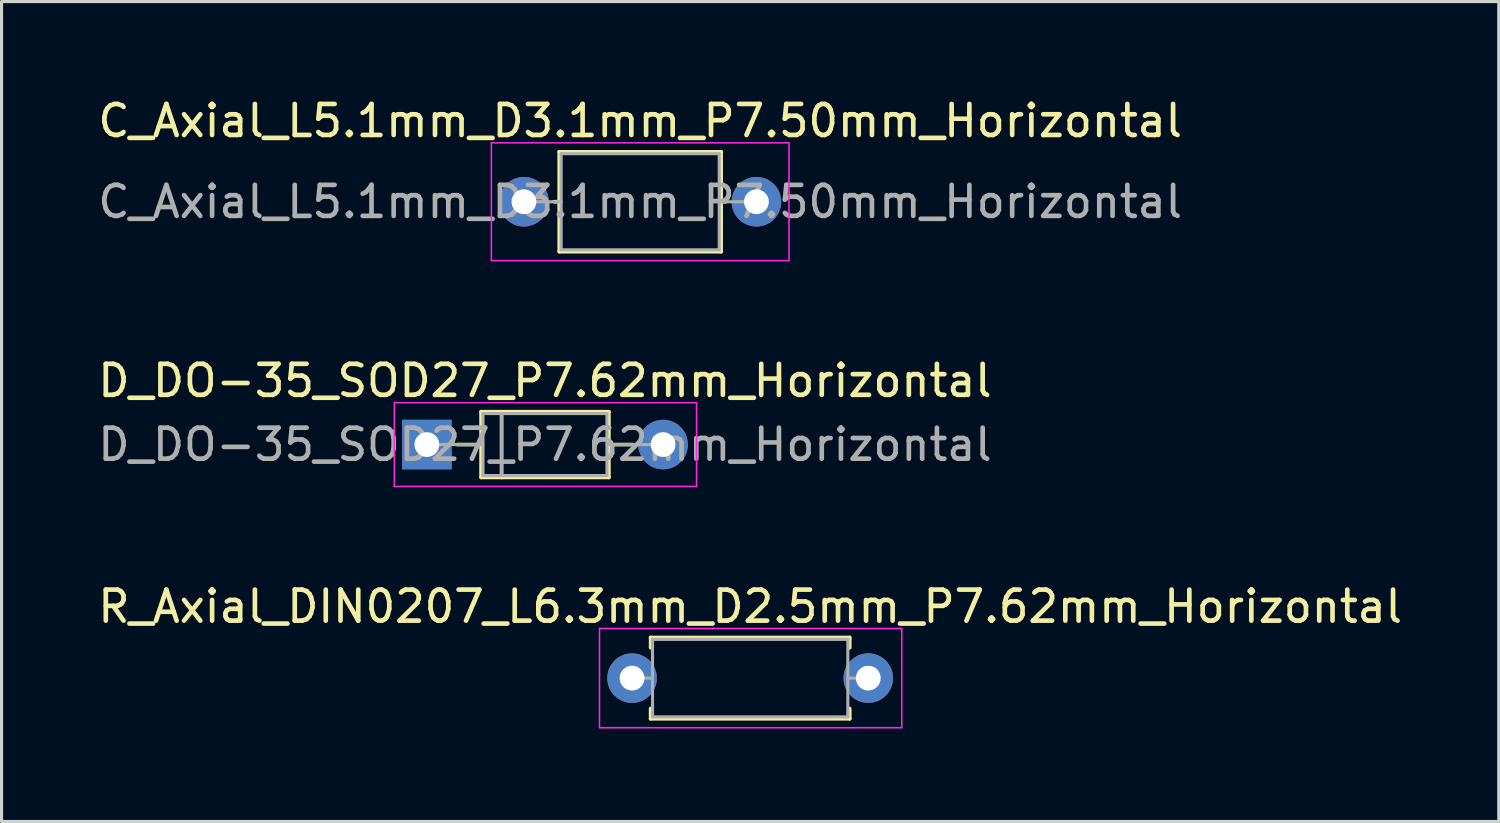
<source format=kicad_pcb>
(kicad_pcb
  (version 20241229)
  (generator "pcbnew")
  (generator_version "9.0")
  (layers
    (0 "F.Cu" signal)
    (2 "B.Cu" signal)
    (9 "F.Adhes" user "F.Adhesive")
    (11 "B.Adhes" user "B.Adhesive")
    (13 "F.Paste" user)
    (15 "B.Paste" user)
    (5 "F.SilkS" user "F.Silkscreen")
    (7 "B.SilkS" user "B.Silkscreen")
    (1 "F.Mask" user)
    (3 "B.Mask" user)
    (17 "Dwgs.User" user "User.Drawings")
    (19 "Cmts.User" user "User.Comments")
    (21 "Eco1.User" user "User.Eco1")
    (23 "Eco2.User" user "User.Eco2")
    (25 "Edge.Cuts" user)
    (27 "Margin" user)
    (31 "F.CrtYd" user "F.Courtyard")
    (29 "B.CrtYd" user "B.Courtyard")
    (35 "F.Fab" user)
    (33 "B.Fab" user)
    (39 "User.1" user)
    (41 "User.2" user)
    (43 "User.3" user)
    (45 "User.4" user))
  (footprint "C_Axial_L5.1mm_D3.1mm_P7.50mm_Horizontal"
    (layer "F.Cu")
    (at 13.851 3.458)
    (property "Reference" "C_Axial_L5.1mm_D3.1mm_P7.50mm_Horizontal" (at 3.75 -2.61 0) (layer "F.SilkS") (effects (font (size 1 1) (thickness 0.15))))
    (attr through_hole)
    (fp_line (start 0.98 0) (end 1.14 0) (stroke (width 0.12) (type solid)) (layer "F.SilkS"))
    (fp_line (start 1.14 -1.61) (end 1.14 1.61) (stroke (width 0.12) (type solid)) (layer "F.SilkS"))
    (fp_line (start 1.14 1.61) (end 6.36 1.61) (stroke (width 0.12) (type solid)) (layer "F.SilkS"))
    (fp_line (start 6.36 -1.61) (end 1.14 -1.61) (stroke (width 0.12) (type solid)) (layer "F.SilkS"))
    (fp_line (start 6.36 1.61) (end 6.36 -1.61) (stroke (width 0.12) (type solid)) (layer "F.SilkS"))
    (fp_line (start 6.52 0) (end 6.36 0) (stroke (width 0.12) (type solid)) (layer "F.SilkS"))
    (fp_line (start -1.05 -1.9) (end -1.05 1.9) (stroke (width 0.05) (type solid)) (layer "F.CrtYd"))
    (fp_line (start -1.05 1.9) (end 8.55 1.9) (stroke (width 0.05) (type solid)) (layer "F.CrtYd"))
    (fp_line (start 8.55 -1.9) (end -1.05 -1.9) (stroke (width 0.05) (type solid)) (layer "F.CrtYd"))
    (fp_line (start 8.55 1.9) (end 8.55 -1.9) (stroke (width 0.05) (type solid)) (layer "F.CrtYd"))
    (fp_line (start 0 0) (end 1.2 0) (stroke (width 0.1) (type solid)) (layer "F.Fab"))
    (fp_line (start 1.2 -1.55) (end 1.2 1.55) (stroke (width 0.1) (type solid)) (layer "F.Fab"))
    (fp_line (start 1.2 1.55) (end 6.3 1.55) (stroke (width 0.1) (type solid)) (layer "F.Fab"))
    (fp_line (start 6.3 -1.55) (end 1.2 -1.55) (stroke (width 0.1) (type solid)) (layer "F.Fab"))
    (fp_line (start 6.3 1.55) (end 6.3 -1.55) (stroke (width 0.1) (type solid)) (layer "F.Fab"))
    (fp_line (start 7.5 0) (end 6.3 0) (stroke (width 0.1) (type solid)) (layer "F.Fab"))
    (fp_text user "${REFERENCE}" (at 3.75 0 0) (layer "F.Fab") (effects (font (size 1 1) (thickness 0.15))))
    (pad "1" thru_hole circle (at 0 0) (size 1.6 1.6) (drill 0.8) (layers "*.Cu" "*.Mask"))
    (pad "2" thru_hole oval (at 7.5 0) (size 1.6 1.6) (drill 0.8) (layers "*.Cu" "*.Mask")))
  (footprint "R_Axial_DIN0207_L6.3mm_D2.5mm_P7.62mm_Horizontal"
    (layer "F.Cu")
    (at 17.339 18.825)
    (property "Reference" "R_Axial_DIN0207_L6.3mm_D2.5mm_P7.62mm_Horizontal" (at 3.81 -2.31 0) (layer "F.SilkS") (effects (font (size 1 1) (thickness 0.15))))
    (attr through_hole)
    (fp_line (start 0.6 -1.31) (end 7.02 -1.31) (stroke (width 0.12) (type solid)) (layer "F.SilkS"))
    (fp_line (start 0.6 -0.98) (end 0.6 -1.31) (stroke (width 0.12) (type solid)) (layer "F.SilkS"))
    (fp_line (start 0.6 0.98) (end 0.6 1.31) (stroke (width 0.12) (type solid)) (layer "F.SilkS"))
    (fp_line (start 0.6 1.31) (end 7.02 1.31) (stroke (width 0.12) (type solid)) (layer "F.SilkS"))
    (fp_line (start 7.02 -1.31) (end 7.02 -0.98) (stroke (width 0.12) (type solid)) (layer "F.SilkS"))
    (fp_line (start 7.02 1.31) (end 7.02 0.98) (stroke (width 0.12) (type solid)) (layer "F.SilkS"))
    (fp_line (start -1.05 -1.6) (end -1.05 1.6) (stroke (width 0.05) (type solid)) (layer "F.CrtYd"))
    (fp_line (start -1.05 1.6) (end 8.7 1.6) (stroke (width 0.05) (type solid)) (layer "F.CrtYd"))
    (fp_line (start 8.7 -1.6) (end -1.05 -1.6) (stroke (width 0.05) (type solid)) (layer "F.CrtYd"))
    (fp_line (start 8.7 1.6) (end 8.7 -1.6) (stroke (width 0.05) (type solid)) (layer "F.CrtYd"))
    (fp_line (start 0 0) (end 0.66 0) (stroke (width 0.1) (type solid)) (layer "F.Fab"))
    (fp_line (start 0.66 -1.25) (end 0.66 1.25) (stroke (width 0.1) (type solid)) (layer "F.Fab"))
    (fp_line (start 0.66 1.25) (end 6.96 1.25) (stroke (width 0.1) (type solid)) (layer "F.Fab"))
    (fp_line (start 6.96 -1.25) (end 0.66 -1.25) (stroke (width 0.1) (type solid)) (layer "F.Fab"))
    (fp_line (start 6.96 1.25) (end 6.96 -1.25) (stroke (width 0.1) (type solid)) (layer "F.Fab"))
    (fp_line (start 7.62 0) (end 6.96 0) (stroke (width 0.1) (type solid)) (layer "F.Fab"))
    (pad "1" thru_hole circle (at 0 0) (size 1.6 1.6) (drill 0.8) (layers "*.Cu" "*.Mask"))
    (pad "2" thru_hole oval (at 7.62 0) (size 1.6 1.6) (drill 0.8) (layers "*.Cu" "*.Mask")))
  (footprint "D_DO-35_SOD27_P7.62mm_Horizontal"
    (layer "F.Cu")
    (at 10.72 11.291)
    (property "Reference" "D_DO-35_SOD27_P7.62mm_Horizontal" (at 3.81 -2.06 0) (layer "F.SilkS") (effects (font (size 1 1) (thickness 0.15))))
    (attr through_hole)
    (fp_line (start 0.98 0) (end 1.75 0) (stroke (width 0.12) (type solid)) (layer "F.SilkS"))
    (fp_line (start 1.75 -1.06) (end 1.75 1.06) (stroke (width 0.12) (type solid)) (layer "F.SilkS"))
    (fp_line (start 1.75 1.06) (end 5.87 1.06) (stroke (width 0.12) (type solid)) (layer "F.SilkS"))
    (fp_line (start 2.41 -1.06) (end 2.41 1.06) (stroke (width 0.12) (type solid)) (layer "F.SilkS"))
    (fp_line (start 5.87 -1.06) (end 1.75 -1.06) (stroke (width 0.12) (type solid)) (layer "F.SilkS"))
    (fp_line (start 5.87 1.06) (end 5.87 -1.06) (stroke (width 0.12) (type solid)) (layer "F.SilkS"))
    (fp_line (start 6.64 0) (end 5.87 0) (stroke (width 0.12) (type solid)) (layer "F.SilkS"))
    (fp_line (start -1.05 -1.35) (end -1.05 1.35) (stroke (width 0.05) (type solid)) (layer "F.CrtYd"))
    (fp_line (start -1.05 1.35) (end 8.7 1.35) (stroke (width 0.05) (type solid)) (layer "F.CrtYd"))
    (fp_line (start 8.7 -1.35) (end -1.05 -1.35) (stroke (width 0.05) (type solid)) (layer "F.CrtYd"))
    (fp_line (start 8.7 1.35) (end 8.7 -1.35) (stroke (width 0.05) (type solid)) (layer "F.CrtYd"))
    (fp_line (start 0 0) (end 1.81 0) (stroke (width 0.1) (type solid)) (layer "F.Fab"))
    (fp_line (start 1.81 -1) (end 1.81 1) (stroke (width 0.1) (type solid)) (layer "F.Fab"))
    (fp_line (start 1.81 1) (end 5.81 1) (stroke (width 0.1) (type solid)) (layer "F.Fab"))
    (fp_line (start 2.41 -1) (end 2.41 1) (stroke (width 0.1) (type solid)) (layer "F.Fab"))
    (fp_line (start 5.81 -1) (end 1.81 -1) (stroke (width 0.1) (type solid)) (layer "F.Fab"))
    (fp_line (start 5.81 1) (end 5.81 -1) (stroke (width 0.1) (type solid)) (layer "F.Fab"))
    (fp_line (start 7.62 0) (end 5.81 0) (stroke (width 0.1) (type solid)) (layer "F.Fab"))
    (fp_text user "${REFERENCE}" (at 3.81 0 0) (layer "F.Fab") (effects (font (size 1 1) (thickness 0.15))))
    (pad "1" thru_hole rect (at 0 0) (size 1.6 1.6) (drill 0.8) (layers "*.Cu" "*.Mask"))
    (pad "2" thru_hole oval (at 7.62 0) (size 1.6 1.6) (drill 0.8) (layers "*.Cu" "*.Mask")))
  (gr_rect
    (start -3 -3)
    (end 45.298 23.45)
    (stroke (width 0.1) (type default))
    (fill no)
    (layer "Edge.Cuts")))
</source>
